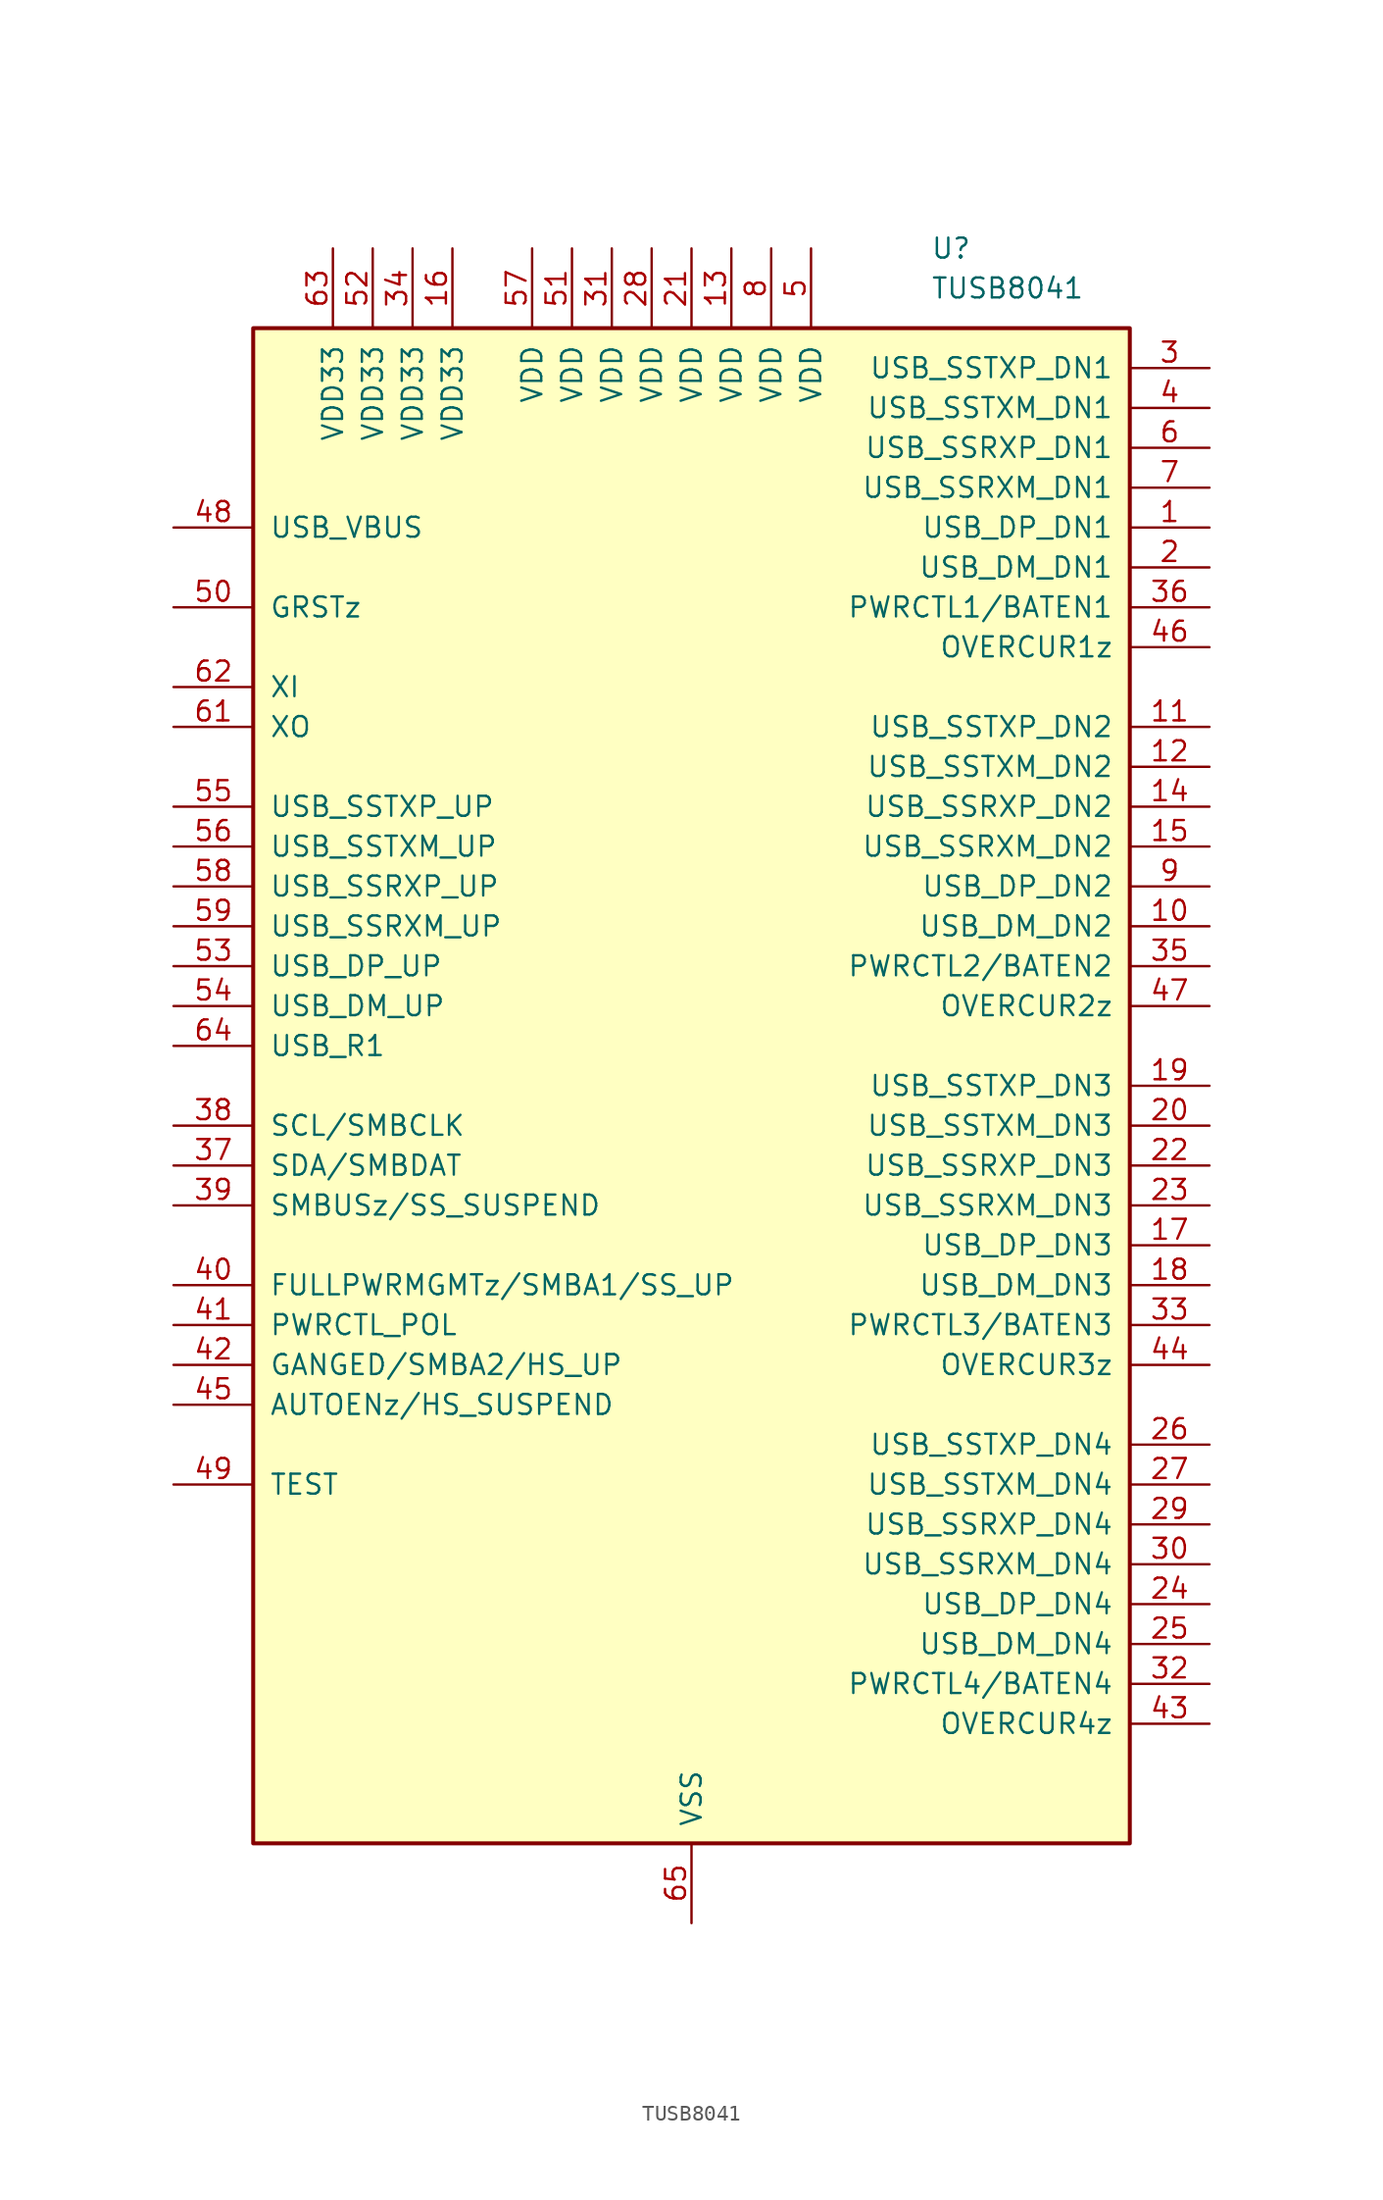
<source format=kicad_sym>
(kicad_symbol_lib
  (version 20241209)
  (generator "kicad_symbol_editor")
  (generator_version "9.0")
  (symbol "TUSB8041"
    (pin_names
      (offset 1.016))
    (property "Reference" "U"
      (at 15.24 53.34 0)
      (effects (font (size 1.27 1.27)) (justify left)))
    (property "Value" "TUSB8041"
      (at 15.24 50.8 0)
      (effects (font (size 1.27 1.27)) (justify left)))
    (symbol "TUSB8041_0_1"
      (rectangle (start -27.94 48.26) (end 27.94 -48.26) (stroke (width 0.254) (type default)) (fill (type background))))
    (symbol "TUSB8041_1_1"
      (pin input line (at -33.02 35.56 0) (length 5.08) (name "USB_VBUS" (effects (font (size 1.27 1.27)))) (number "48" (effects (font (size 1.27 1.27)))))
      (pin input line (at -33.02 30.48 0) (length 5.08) (name "GRSTz" (effects (font (size 1.27 1.27)))) (number "50" (effects (font (size 1.27 1.27)))))
      (pin input line (at -33.02 25.4 0) (length 5.08) (name "XI" (effects (font (size 1.27 1.27)))) (number "62" (effects (font (size 1.27 1.27)))))
      (pin output line (at -33.02 22.86 0) (length 5.08) (name "XO" (effects (font (size 1.27 1.27)))) (number "61" (effects (font (size 1.27 1.27)))))
      (pin output line (at -33.02 17.78 0) (length 5.08) (name "USB_SSTXP_UP" (effects (font (size 1.27 1.27)))) (number "55" (effects (font (size 1.27 1.27)))))
      (pin output line (at -33.02 15.24 0) (length 5.08) (name "USB_SSTXM_UP" (effects (font (size 1.27 1.27)))) (number "56" (effects (font (size 1.27 1.27)))))
      (pin input line (at -33.02 12.7 0) (length 5.08) (name "USB_SSRXP_UP" (effects (font (size 1.27 1.27)))) (number "58" (effects (font (size 1.27 1.27)))))
      (pin input line (at -33.02 10.16 0) (length 5.08) (name "USB_SSRXM_UP" (effects (font (size 1.27 1.27)))) (number "59" (effects (font (size 1.27 1.27)))))
      (pin bidirectional line (at -33.02 7.62 0) (length 5.08) (name "USB_DP_UP" (effects (font (size 1.27 1.27)))) (number "53" (effects (font (size 1.27 1.27)))))
      (pin bidirectional line (at -33.02 5.08 0) (length 5.08) (name "USB_DM_UP" (effects (font (size 1.27 1.27)))) (number "54" (effects (font (size 1.27 1.27)))))
      (pin input line (at -33.02 2.54 0) (length 5.08) (name "USB_R1" (effects (font (size 1.27 1.27)))) (number "64" (effects (font (size 1.27 1.27)))))
      (pin bidirectional line (at -33.02 -2.54 0) (length 5.08) (name "SCL/SMBCLK" (effects (font (size 1.27 1.27)))) (number "38" (effects (font (size 1.27 1.27)))))
      (pin bidirectional line (at -33.02 -5.08 0) (length 5.08) (name "SDA/SMBDAT" (effects (font (size 1.27 1.27)))) (number "37" (effects (font (size 1.27 1.27)))))
      (pin bidirectional line (at -33.02 -7.62 0) (length 5.08) (name "SMBUSz/SS_SUSPEND" (effects (font (size 1.27 1.27)))) (number "39" (effects (font (size 1.27 1.27)))))
      (pin bidirectional line (at -33.02 -12.7 0) (length 5.08) (name "FULLPWRMGMTz/SMBA1/SS_UP" (effects (font (size 1.27 1.27)))) (number "40" (effects (font (size 1.27 1.27)))))
      (pin bidirectional line (at -33.02 -15.24 0) (length 5.08) (name "PWRCTL_POL" (effects (font (size 1.27 1.27)))) (number "41" (effects (font (size 1.27 1.27)))))
      (pin bidirectional line (at -33.02 -17.78 0) (length 5.08) (name "GANGED/SMBA2/HS_UP" (effects (font (size 1.27 1.27)))) (number "42" (effects (font (size 1.27 1.27)))))
      (pin bidirectional line (at -33.02 -20.32 0) (length 5.08) (name "AUTOENz/HS_SUSPEND" (effects (font (size 1.27 1.27)))) (number "45" (effects (font (size 1.27 1.27)))))
      (pin input line (at -33.02 -25.4 0) (length 5.08) (name "TEST" (effects (font (size 1.27 1.27)))) (number "49" (effects (font (size 1.27 1.27)))))
      (pin power_in line (at -22.86 53.34 270) (length 5.08) (name "VDD33" (effects (font (size 1.27 1.27)))) (number "63" (effects (font (size 1.27 1.27)))))
      (pin power_in line (at -20.32 53.34 270) (length 5.08) (name "VDD33" (effects (font (size 1.27 1.27)))) (number "52" (effects (font (size 1.27 1.27)))))
      (pin power_in line (at -17.78 53.34 270) (length 5.08) (name "VDD33" (effects (font (size 1.27 1.27)))) (number "34" (effects (font (size 1.27 1.27)))))
      (pin power_in line (at -15.24 53.34 270) (length 5.08) (name "VDD33" (effects (font (size 1.27 1.27)))) (number "16" (effects (font (size 1.27 1.27)))))
      (pin power_in line (at -10.16 53.34 270) (length 5.08) (name "VDD" (effects (font (size 1.27 1.27)))) (number "57" (effects (font (size 1.27 1.27)))))
      (pin power_in line (at -7.62 53.34 270) (length 5.08) (name "VDD" (effects (font (size 1.27 1.27)))) (number "51" (effects (font (size 1.27 1.27)))))
      (pin power_in line (at -5.08 53.34 270) (length 5.08) (name "VDD" (effects (font (size 1.27 1.27)))) (number "31" (effects (font (size 1.27 1.27)))))
      (pin power_in line (at -2.54 53.34 270) (length 5.08) (name "VDD" (effects (font (size 1.27 1.27)))) (number "28" (effects (font (size 1.27 1.27)))))
      (pin power_in line (at 0 53.34 270) (length 5.08) (name "VDD" (effects (font (size 1.27 1.27)))) (number "21" (effects (font (size 1.27 1.27)))))
      (pin power_in line (at 0 -53.34 90) (length 5.08) (name "VSS" (effects (font (size 1.27 1.27)))) (number "65" (effects (font (size 1.27 1.27)))))
      (pin power_in line (at 2.54 53.34 270) (length 5.08) (name "VDD" (effects (font (size 1.27 1.27)))) (number "13" (effects (font (size 1.27 1.27)))))
      (pin power_in line (at 5.08 53.34 270) (length 5.08) (name "VDD" (effects (font (size 1.27 1.27)))) (number "8" (effects (font (size 1.27 1.27)))))
      (pin power_in line (at 7.62 53.34 270) (length 5.08) (name "VDD" (effects (font (size 1.27 1.27)))) (number "5" (effects (font (size 1.27 1.27)))))
      (pin no_connect line (at 27.94 -45.72 180) (length 5.08) (hide yes) (name "NC" (effects (font (size 1.27 1.27)))) (number "60" (effects (font (size 1.27 1.27)))))
      (pin output line (at 33.02 45.72 180) (length 5.08) (name "USB_SSTXP_DN1" (effects (font (size 1.27 1.27)))) (number "3" (effects (font (size 1.27 1.27)))))
      (pin output line (at 33.02 43.18 180) (length 5.08) (name "USB_SSTXM_DN1" (effects (font (size 1.27 1.27)))) (number "4" (effects (font (size 1.27 1.27)))))
      (pin input line (at 33.02 40.64 180) (length 5.08) (name "USB_SSRXP_DN1" (effects (font (size 1.27 1.27)))) (number "6" (effects (font (size 1.27 1.27)))))
      (pin input line (at 33.02 38.1 180) (length 5.08) (name "USB_SSRXM_DN1" (effects (font (size 1.27 1.27)))) (number "7" (effects (font (size 1.27 1.27)))))
      (pin bidirectional line (at 33.02 35.56 180) (length 5.08) (name "USB_DP_DN1" (effects (font (size 1.27 1.27)))) (number "1" (effects (font (size 1.27 1.27)))))
      (pin bidirectional line (at 33.02 33.02 180) (length 5.08) (name "USB_DM_DN1" (effects (font (size 1.27 1.27)))) (number "2" (effects (font (size 1.27 1.27)))))
      (pin bidirectional line (at 33.02 30.48 180) (length 5.08) (name "PWRCTL1/BATEN1" (effects (font (size 1.27 1.27)))) (number "36" (effects (font (size 1.27 1.27)))))
      (pin input line (at 33.02 27.94 180) (length 5.08) (name "OVERCUR1z" (effects (font (size 1.27 1.27)))) (number "46" (effects (font (size 1.27 1.27)))))
      (pin output line (at 33.02 22.86 180) (length 5.08) (name "USB_SSTXP_DN2" (effects (font (size 1.27 1.27)))) (number "11" (effects (font (size 1.27 1.27)))))
      (pin output line (at 33.02 20.32 180) (length 5.08) (name "USB_SSTXM_DN2" (effects (font (size 1.27 1.27)))) (number "12" (effects (font (size 1.27 1.27)))))
      (pin input line (at 33.02 17.78 180) (length 5.08) (name "USB_SSRXP_DN2" (effects (font (size 1.27 1.27)))) (number "14" (effects (font (size 1.27 1.27)))))
      (pin input line (at 33.02 15.24 180) (length 5.08) (name "USB_SSRXM_DN2" (effects (font (size 1.27 1.27)))) (number "15" (effects (font (size 1.27 1.27)))))
      (pin bidirectional line (at 33.02 12.7 180) (length 5.08) (name "USB_DP_DN2" (effects (font (size 1.27 1.27)))) (number "9" (effects (font (size 1.27 1.27)))))
      (pin bidirectional line (at 33.02 10.16 180) (length 5.08) (name "USB_DM_DN2" (effects (font (size 1.27 1.27)))) (number "10" (effects (font (size 1.27 1.27)))))
      (pin bidirectional line (at 33.02 7.62 180) (length 5.08) (name "PWRCTL2/BATEN2" (effects (font (size 1.27 1.27)))) (number "35" (effects (font (size 1.27 1.27)))))
      (pin input line (at 33.02 5.08 180) (length 5.08) (name "OVERCUR2z" (effects (font (size 1.27 1.27)))) (number "47" (effects (font (size 1.27 1.27)))))
      (pin output line (at 33.02 0 180) (length 5.08) (name "USB_SSTXP_DN3" (effects (font (size 1.27 1.27)))) (number "19" (effects (font (size 1.27 1.27)))))
      (pin output line (at 33.02 -2.54 180) (length 5.08) (name "USB_SSTXM_DN3" (effects (font (size 1.27 1.27)))) (number "20" (effects (font (size 1.27 1.27)))))
      (pin input line (at 33.02 -5.08 180) (length 5.08) (name "USB_SSRXP_DN3" (effects (font (size 1.27 1.27)))) (number "22" (effects (font (size 1.27 1.27)))))
      (pin input line (at 33.02 -7.62 180) (length 5.08) (name "USB_SSRXM_DN3" (effects (font (size 1.27 1.27)))) (number "23" (effects (font (size 1.27 1.27)))))
      (pin bidirectional line (at 33.02 -10.16 180) (length 5.08) (name "USB_DP_DN3" (effects (font (size 1.27 1.27)))) (number "17" (effects (font (size 1.27 1.27)))))
      (pin bidirectional line (at 33.02 -12.7 180) (length 5.08) (name "USB_DM_DN3" (effects (font (size 1.27 1.27)))) (number "18" (effects (font (size 1.27 1.27)))))
      (pin bidirectional line (at 33.02 -15.24 180) (length 5.08) (name "PWRCTL3/BATEN3" (effects (font (size 1.27 1.27)))) (number "33" (effects (font (size 1.27 1.27)))))
      (pin input line (at 33.02 -17.78 180) (length 5.08) (name "OVERCUR3z" (effects (font (size 1.27 1.27)))) (number "44" (effects (font (size 1.27 1.27)))))
      (pin output line (at 33.02 -22.86 180) (length 5.08) (name "USB_SSTXP_DN4" (effects (font (size 1.27 1.27)))) (number "26" (effects (font (size 1.27 1.27)))))
      (pin output line (at 33.02 -25.4 180) (length 5.08) (name "USB_SSTXM_DN4" (effects (font (size 1.27 1.27)))) (number "27" (effects (font (size 1.27 1.27)))))
      (pin input line (at 33.02 -27.94 180) (length 5.08) (name "USB_SSRXP_DN4" (effects (font (size 1.27 1.27)))) (number "29" (effects (font (size 1.27 1.27)))))
      (pin input line (at 33.02 -30.48 180) (length 5.08) (name "USB_SSRXM_DN4" (effects (font (size 1.27 1.27)))) (number "30" (effects (font (size 1.27 1.27)))))
      (pin bidirectional line (at 33.02 -33.02 180) (length 5.08) (name "USB_DP_DN4" (effects (font (size 1.27 1.27)))) (number "24" (effects (font (size 1.27 1.27)))))
      (pin bidirectional line (at 33.02 -35.56 180) (length 5.08) (name "USB_DM_DN4" (effects (font (size 1.27 1.27)))) (number "25" (effects (font (size 1.27 1.27)))))
      (pin bidirectional line (at 33.02 -38.1 180) (length 5.08) (name "PWRCTL4/BATEN4" (effects (font (size 1.27 1.27)))) (number "32" (effects (font (size 1.27 1.27)))))
      (pin input line (at 33.02 -40.64 180) (length 5.08) (name "OVERCUR4z" (effects (font (size 1.27 1.27)))) (number "43" (effects (font (size 1.27 1.27))))))))
</source>
